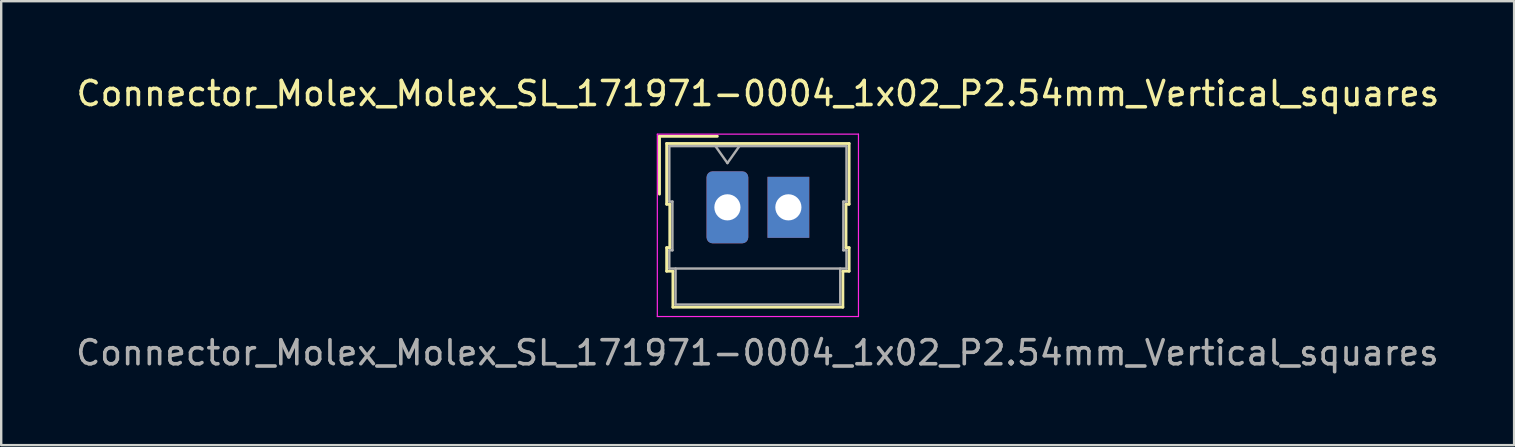
<source format=kicad_pcb>
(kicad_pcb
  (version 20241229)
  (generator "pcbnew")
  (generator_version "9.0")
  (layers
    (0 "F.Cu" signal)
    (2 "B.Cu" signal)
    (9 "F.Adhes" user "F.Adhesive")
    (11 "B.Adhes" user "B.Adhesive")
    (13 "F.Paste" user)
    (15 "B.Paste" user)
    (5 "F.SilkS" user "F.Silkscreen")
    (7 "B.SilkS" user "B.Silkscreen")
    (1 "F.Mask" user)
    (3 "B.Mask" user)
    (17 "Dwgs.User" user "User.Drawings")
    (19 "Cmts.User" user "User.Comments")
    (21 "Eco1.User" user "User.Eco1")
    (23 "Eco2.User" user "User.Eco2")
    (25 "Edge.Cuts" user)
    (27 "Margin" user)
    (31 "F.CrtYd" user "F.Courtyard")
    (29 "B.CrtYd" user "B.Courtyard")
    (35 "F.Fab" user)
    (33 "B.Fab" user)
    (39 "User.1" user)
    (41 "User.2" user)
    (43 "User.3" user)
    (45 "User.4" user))
  (footprint "Connector_Molex_Molex_SL_171971-0004_1x02_P2.54mm_Vertical_squares"
    (layer "F.Cu")
    (at 28.526 1.348)
    (property "Reference" "Connector_Molex_Molex_SL_171971-0004_1x02_P2.54mm_Vertical_squares" (at 0 -0.5 0) (unlocked yes) (layer "F.SilkS") (effects (font (size 1 1) (thickness 0.15))))
    (attr smd)
    (fp_line (start -4.1 1.28) (end -1.69 1.28) (stroke (width 0.12) (type solid)) (layer "F.SilkS"))
    (fp_line (start -4.1 3.69) (end -4.1 1.28) (stroke (width 0.12) (type solid)) (layer "F.SilkS"))
    (fp_line (start -3.8 1.58) (end -3.8 4.11) (stroke (width 0.12) (type solid)) (layer "F.SilkS"))
    (fp_line (start -3.8 4.11) (end -3.67 4.11) (stroke (width 0.12) (type solid)) (layer "F.SilkS"))
    (fp_line (start -3.8 5.92) (end -3.8 6.9) (stroke (width 0.12) (type solid)) (layer "F.SilkS"))
    (fp_line (start -3.8 6.9) (end -3.54 6.9) (stroke (width 0.12) (type solid)) (layer "F.SilkS"))
    (fp_line (start -3.67 4.11) (end -3.67 5.92) (stroke (width 0.12) (type solid)) (layer "F.SilkS"))
    (fp_line (start -3.67 5.92) (end -3.8 5.92) (stroke (width 0.12) (type solid)) (layer "F.SilkS"))
    (fp_line (start -3.54 6.9) (end -3.54 8.4) (stroke (width 0.12) (type solid)) (layer "F.SilkS"))
    (fp_line (start -3.54 8.4) (end 3.54 8.4) (stroke (width 0.12) (type solid)) (layer "F.SilkS"))
    (fp_line (start 3.54 6.9) (end 3.8 6.9) (stroke (width 0.12) (type solid)) (layer "F.SilkS"))
    (fp_line (start 3.54 8.4) (end 3.54 6.9) (stroke (width 0.12) (type solid)) (layer "F.SilkS"))
    (fp_line (start 3.67 4.11) (end 3.8 4.11) (stroke (width 0.12) (type solid)) (layer "F.SilkS"))
    (fp_line (start 3.67 5.92) (end 3.67 4.11) (stroke (width 0.12) (type solid)) (layer "F.SilkS"))
    (fp_line (start 3.8 1.58) (end -3.8 1.58) (stroke (width 0.12) (type solid)) (layer "F.SilkS"))
    (fp_line (start 3.8 4.11) (end 3.8 1.58) (stroke (width 0.12) (type solid)) (layer "F.SilkS"))
    (fp_line (start 3.8 5.92) (end 3.67 5.92) (stroke (width 0.12) (type solid)) (layer "F.SilkS"))
    (fp_line (start 3.8 6.9) (end 3.8 5.92) (stroke (width 0.12) (type solid)) (layer "F.SilkS"))
    (fp_line (start -4.19 1.19) (end -4.19 8.79) (stroke (width 0.05) (type solid)) (layer "F.CrtYd"))
    (fp_line (start -4.19 8.79) (end 4.19 8.79) (stroke (width 0.05) (type solid)) (layer "F.CrtYd"))
    (fp_line (start 4.19 1.19) (end -4.19 1.19) (stroke (width 0.05) (type solid)) (layer "F.CrtYd"))
    (fp_line (start 4.19 8.79) (end 4.19 1.19) (stroke (width 0.05) (type solid)) (layer "F.CrtYd"))
    (fp_line (start -3.69 1.69) (end -3.69 4) (stroke (width 0.1) (type solid)) (layer "F.Fab"))
    (fp_line (start -3.69 4) (end -3.56 4) (stroke (width 0.1) (type solid)) (layer "F.Fab"))
    (fp_line (start -3.69 6.03) (end -3.69 6.79) (stroke (width 0.1) (type solid)) (layer "F.Fab"))
    (fp_line (start -3.69 6.79) (end 3.69 6.79) (stroke (width 0.1) (type solid)) (layer "F.Fab"))
    (fp_line (start -3.56 4) (end -3.56 6.03) (stroke (width 0.1) (type solid)) (layer "F.Fab"))
    (fp_line (start -3.56 6.03) (end -3.69 6.03) (stroke (width 0.1) (type solid)) (layer "F.Fab"))
    (fp_line (start -3.43 6.79) (end -3.43 8.29) (stroke (width 0.1) (type solid)) (layer "F.Fab"))
    (fp_line (start -3.43 8.29) (end 3.43 8.29) (stroke (width 0.1) (type solid)) (layer "F.Fab"))
    (fp_line (start -1.27 2.397) (end -1.77 1.69) (stroke (width 0.1) (type solid)) (layer "F.Fab"))
    (fp_line (start -0.77 1.69) (end -1.27 2.397) (stroke (width 0.1) (type solid)) (layer "F.Fab"))
    (fp_line (start 3.43 8.29) (end 3.43 6.79) (stroke (width 0.1) (type solid)) (layer "F.Fab"))
    (fp_line (start 3.56 4) (end 3.69 4) (stroke (width 0.1) (type solid)) (layer "F.Fab"))
    (fp_line (start 3.56 6.03) (end 3.56 4) (stroke (width 0.1) (type solid)) (layer "F.Fab"))
    (fp_line (start 3.69 1.69) (end -3.69 1.69) (stroke (width 0.1) (type solid)) (layer "F.Fab"))
    (fp_line (start 3.69 4) (end 3.69 1.69) (stroke (width 0.1) (type solid)) (layer "F.Fab"))
    (fp_line (start 3.69 6.03) (end 3.56 6.03) (stroke (width 0.1) (type solid)) (layer "F.Fab"))
    (fp_line (start 3.69 6.79) (end 3.69 6.03) (stroke (width 0.1) (type solid)) (layer "F.Fab"))
    (fp_text user "${REFERENCE}" (at -0.02 10.3 0) (layer "F.Fab") (effects (font (size 1 1) (thickness 0.15))))
    (pad "1" thru_hole roundrect (at -1.27 4.24) (size 1.74 3) (drill 1.09) (layers "*.Cu" "*.Mask") (roundrect_rratio 0.144))
    (pad "2" thru_hole rect (at 1.27 4.24) (size 1.74 2.54) (drill 1.09) (layers "*.Cu" "*.Mask")))
  (gr_rect
    (start -3 -3)
    (end 60.032 15.496)
    (stroke (width 0.1) (type default))
    (fill no)
    (layer "Edge.Cuts")))
</source>
